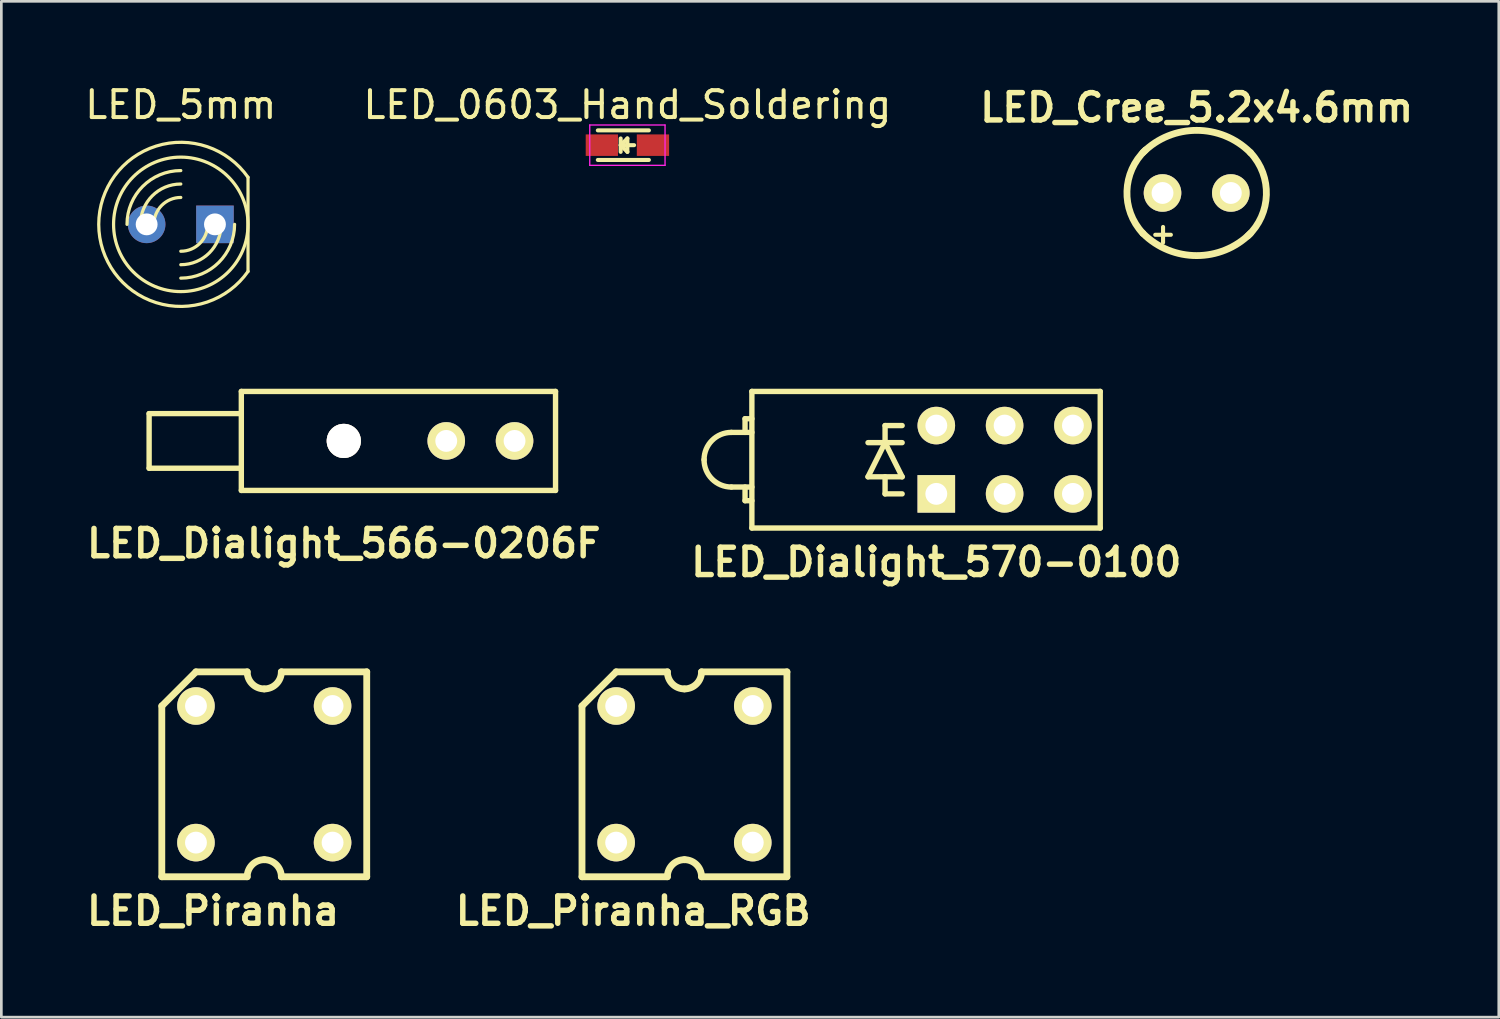
<source format=kicad_pcb>
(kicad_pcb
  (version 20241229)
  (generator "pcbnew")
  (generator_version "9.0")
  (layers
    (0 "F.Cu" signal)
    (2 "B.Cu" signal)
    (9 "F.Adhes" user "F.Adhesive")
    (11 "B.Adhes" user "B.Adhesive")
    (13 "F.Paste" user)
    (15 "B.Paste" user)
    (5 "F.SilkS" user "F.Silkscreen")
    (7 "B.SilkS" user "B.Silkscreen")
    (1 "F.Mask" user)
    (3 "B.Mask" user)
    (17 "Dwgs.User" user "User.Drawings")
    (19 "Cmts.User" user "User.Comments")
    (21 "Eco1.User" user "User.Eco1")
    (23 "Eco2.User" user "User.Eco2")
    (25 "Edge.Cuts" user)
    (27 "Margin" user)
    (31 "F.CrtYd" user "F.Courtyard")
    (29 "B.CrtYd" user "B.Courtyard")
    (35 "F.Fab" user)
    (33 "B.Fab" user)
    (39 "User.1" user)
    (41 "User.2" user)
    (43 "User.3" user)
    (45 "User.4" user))
  (footprint "LED_Cree_5.2x4.6mm"
    (layer "F.Cu")
    (at 41.449 4.126)
    (property "Reference" "LED_Cree_5.2x4.6mm" (at 0 -3.175 0) (layer "F.SilkS") (effects (font (size 1.016 1.016) (thickness 0.203))))
    (attr through_hole)
    (fp_arc (start -2 -1.5) (mid 0 -2.328427) (end 2 -1.5) (stroke (width 0.254) (type solid)) (layer "F.SilkS"))
    (fp_arc (start -2 1.5) (mid -2.592031 -0.070711) (end -1.9 -1.6) (stroke (width 0.254) (type solid)) (layer "F.SilkS"))
    (fp_arc (start 2 -1.5) (mid 2.592031 0.070711) (end 1.9 1.6) (stroke (width 0.254) (type solid)) (layer "F.SilkS"))
    (fp_arc (start 2 1.5) (mid 0 2.328427) (end -2 1.5) (stroke (width 0.254) (type solid)) (layer "F.SilkS"))
    (fp_text user "+" (at -1.25 1.5 0) (layer "F.SilkS") (effects (font (size 0.762 0.762) (thickness 0.152))))
    (pad "1" thru_hole circle (at 1.27 0) (size 1.397 1.397) (drill 0.813) (layers "*.Cu" "*.Mask" "F.SilkS"))
    (pad "2" thru_hole circle (at -1.27 0) (size 1.397 1.397) (drill 0.813) (layers "*.Cu" "*.Mask" "F.SilkS")))
  (footprint "LED_Dialight_566-0206F"
    (layer "F.Cu")
    (at 14.814 13.346)
    (property "Reference" "LED_Dialight_566-0206F" (at -5.08 3.81 0) (layer "F.SilkS") (effects (font (size 1.016 1.016) (thickness 0.203))))
    (attr through_hole)
    (fp_line (start -12.319 -1.016) (end -12.319 1.016) (stroke (width 0.2) (type solid)) (layer "F.SilkS"))
    (fp_line (start -12.319 1.016) (end -8.89 1.016) (stroke (width 0.2) (type solid)) (layer "F.SilkS"))
    (fp_line (start -8.89 -1.841) (end -8.89 1.841) (stroke (width 0.2) (type solid)) (layer "F.SilkS"))
    (fp_line (start -8.89 -1.841) (end 2.794 -1.841) (stroke (width 0.2) (type solid)) (layer "F.SilkS"))
    (fp_line (start -8.89 -1.016) (end -12.319 -1.016) (stroke (width 0.2) (type solid)) (layer "F.SilkS"))
    (fp_line (start 2.794 1.841) (end -8.89 1.841) (stroke (width 0.2) (type solid)) (layer "F.SilkS"))
    (fp_line (start 2.794 1.841) (end 2.794 -1.841) (stroke (width 0.2) (type solid)) (layer "F.SilkS"))
    (pad "1" thru_hole circle (at -1.27 0) (size 1.397 1.397) (drill 0.813) (layers "*.Cu" "*.Mask" "F.SilkS"))
    (pad "2" thru_hole circle (at 1.27 0) (size 1.397 1.397) (drill 0.813) (layers "*.Cu" "*.Mask" "F.SilkS"))
    (pad "~" thru_hole circle (at -5.08 0) (size 1.27 1.27) (drill 1.27) (layers "*.Cu" "*.Mask" "F.SilkS")))
  (footprint "LED_5mm"
    (layer "F.Cu")
    (at 3.673 5.293)
    (property "Reference" "LED_5mm" (at 0 -4.445 0) (layer "F.SilkS") (effects (font (size 1 1) (thickness 0.15))))
    (attr through_hole)
    (fp_line (start 2.5 1.75) (end 2.5 -1.75) (stroke (width 0.12) (type solid)) (layer "F.SilkS"))
    (fp_arc (start -2 0) (mid -1.414214 -1.414214) (end 0 -2) (stroke (width 0.12) (type solid)) (layer "F.SilkS"))
    (fp_arc (start -1.5 0) (mid -1.06066 -1.06066) (end 0 -1.5) (stroke (width 0.12) (type solid)) (layer "F.SilkS"))
    (fp_arc (start -1 0) (mid -0.707107 -0.707107) (end 0 -1) (stroke (width 0.12) (type solid)) (layer "F.SilkS"))
    (fp_arc (start 1 0) (mid 0.707107 0.707107) (end 0 1) (stroke (width 0.12) (type solid)) (layer "F.SilkS"))
    (fp_arc (start 1.5 0) (mid 1.06066 1.06066) (end 0 1.5) (stroke (width 0.12) (type solid)) (layer "F.SilkS"))
    (fp_arc (start 2 0) (mid 1.414214 1.414214) (end 0 2) (stroke (width 0.12) (type solid)) (layer "F.SilkS"))
    (fp_arc (start 2.499999 1.749999) (mid -3.051638 0) (end 2.499999 -1.749999) (stroke (width 0.12) (type solid)) (layer "F.SilkS"))
    (fp_circle (center 0 0) (end 0 -2.5) (stroke (width 0.12) (type solid)) (fill no) (layer "F.SilkS"))
    (pad "1" thru_hole rect (at 1.27 0) (size 1.397 1.397) (drill 0.813) (layers "*.Cu" "*.Mask"))
    (pad "2" thru_hole circle (at -1.27 0) (size 1.397 1.397) (drill 0.813) (layers "*.Cu" "*.Mask")))
  (footprint "LED_Piranha_RGB"
    (layer "F.Cu")
    (at 22.402 25.743)
    (property "Reference" "LED_Piranha_RGB" (at -1.905 5.08 0) (layer "F.SilkS") (effects (font (size 1.016 1.016) (thickness 0.203))))
    (attr through_hole)
    (fp_line (start -3.81 3.81) (end -3.81 -2.54) (stroke (width 0.254) (type solid)) (layer "F.SilkS"))
    (fp_line (start -3.81 3.81) (end -0.635 3.81) (stroke (width 0.254) (type solid)) (layer "F.SilkS"))
    (fp_line (start -2.54 -3.81) (end -3.81 -2.54) (stroke (width 0.254) (type solid)) (layer "F.SilkS"))
    (fp_line (start -2.54 -3.81) (end -0.635 -3.81) (stroke (width 0.254) (type solid)) (layer "F.SilkS"))
    (fp_line (start 0.635 3.81) (end 3.81 3.81) (stroke (width 0.254) (type solid)) (layer "F.SilkS"))
    (fp_line (start 3.81 -3.81) (end 0.635 -3.81) (stroke (width 0.254) (type solid)) (layer "F.SilkS"))
    (fp_line (start 3.81 3.81) (end 3.81 -3.81) (stroke (width 0.254) (type solid)) (layer "F.SilkS"))
    (fp_arc (start -0.635 3.81) (mid -0.449013 3.360987) (end 0 3.175) (stroke (width 0.254) (type solid)) (layer "F.SilkS"))
    (fp_arc (start 0 -3.175) (mid -0.449013 -3.360987) (end -0.635 -3.81) (stroke (width 0.254) (type solid)) (layer "F.SilkS"))
    (fp_arc (start 0 3.175) (mid 0.449013 3.360987) (end 0.635 3.81) (stroke (width 0.254) (type solid)) (layer "F.SilkS"))
    (fp_arc (start 0.635 -3.81) (mid 0.449013 -3.360987) (end 0 -3.175) (stroke (width 0.254) (type solid)) (layer "F.SilkS"))
    (pad "1" thru_hole circle (at 2.54 2.54) (size 1.397 1.397) (drill 0.813) (layers "*.Cu" "*.Mask" "F.SilkS"))
    (pad "2" thru_hole circle (at 2.54 -2.54) (size 1.397 1.397) (drill 0.813) (layers "*.Cu" "*.Mask" "F.SilkS"))
    (pad "3" thru_hole circle (at -2.54 -2.54) (size 1.397 1.397) (drill 0.813) (layers "*.Cu" "*.Mask" "F.SilkS"))
    (pad "4" thru_hole circle (at -2.54 2.54) (size 1.397 1.397) (drill 0.813) (layers "*.Cu" "*.Mask" "F.SilkS")))
  (footprint "LED_Piranha"
    (layer "F.Cu")
    (at 6.777 25.743)
    (property "Reference" "LED_Piranha" (at -1.905 5.08 0) (layer "F.SilkS") (effects (font (size 1.016 1.016) (thickness 0.203))))
    (attr through_hole)
    (fp_line (start -3.81 3.81) (end -3.81 -2.54) (stroke (width 0.254) (type solid)) (layer "F.SilkS"))
    (fp_line (start -3.81 3.81) (end -0.635 3.81) (stroke (width 0.254) (type solid)) (layer "F.SilkS"))
    (fp_line (start -2.54 -3.81) (end -3.81 -2.54) (stroke (width 0.254) (type solid)) (layer "F.SilkS"))
    (fp_line (start -2.54 -3.81) (end -0.635 -3.81) (stroke (width 0.254) (type solid)) (layer "F.SilkS"))
    (fp_line (start 0.635 3.81) (end 3.81 3.81) (stroke (width 0.254) (type solid)) (layer "F.SilkS"))
    (fp_line (start 3.81 -3.81) (end 0.635 -3.81) (stroke (width 0.254) (type solid)) (layer "F.SilkS"))
    (fp_line (start 3.81 3.81) (end 3.81 -3.81) (stroke (width 0.254) (type solid)) (layer "F.SilkS"))
    (fp_arc (start -0.635 3.81) (mid -0.449013 3.360987) (end 0 3.175) (stroke (width 0.254) (type solid)) (layer "F.SilkS"))
    (fp_arc (start 0 -3.175) (mid -0.449013 -3.360987) (end -0.635 -3.81) (stroke (width 0.254) (type solid)) (layer "F.SilkS"))
    (fp_arc (start 0 3.175) (mid 0.449013 3.360987) (end 0.635 3.81) (stroke (width 0.254) (type solid)) (layer "F.SilkS"))
    (fp_arc (start 0.635 -3.81) (mid 0.449013 -3.360987) (end 0 -3.175) (stroke (width 0.254) (type solid)) (layer "F.SilkS"))
    (pad "1" thru_hole circle (at -2.54 -2.54) (size 1.397 1.397) (drill 0.813) (layers "*.Cu" "*.Mask" "F.SilkS"))
    (pad "1" thru_hole circle (at 2.54 -2.54) (size 1.397 1.397) (drill 0.813) (layers "*.Cu" "*.Mask" "F.SilkS"))
    (pad "2" thru_hole circle (at -2.54 2.54) (size 1.397 1.397) (drill 0.813) (layers "*.Cu" "*.Mask" "F.SilkS"))
    (pad "2" thru_hole circle (at 2.54 2.54) (size 1.397 1.397) (drill 0.813) (layers "*.Cu" "*.Mask" "F.SilkS")))
  (footprint "LED_0603_Hand_Soldering"
    (layer "F.Cu")
    (at 20.28 2.348)
    (property "Reference" "LED_0603_Hand_Soldering" (at 0 -1.5 0) (layer "F.SilkS") (effects (font (size 1 1) (thickness 0.15))))
    (attr smd)
    (fp_line (start -1.1 -0.55) (end 0.8 -0.55) (stroke (width 0.15) (type solid)) (layer "F.SilkS"))
    (fp_line (start -1.1 0.55) (end 0.8 0.55) (stroke (width 0.15) (type solid)) (layer "F.SilkS"))
    (fp_line (start -0.25 -0.25) (end -0.25 0.25) (stroke (width 0.15) (type solid)) (layer "F.SilkS"))
    (fp_line (start -0.25 0) (end 0 -0.25) (stroke (width 0.15) (type solid)) (layer "F.SilkS"))
    (fp_line (start -0.2 0) (end 0.25 0) (stroke (width 0.15) (type solid)) (layer "F.SilkS"))
    (fp_line (start 0 -0.25) (end 0 0.25) (stroke (width 0.15) (type solid)) (layer "F.SilkS"))
    (fp_line (start 0 0.25) (end -0.25 0) (stroke (width 0.15) (type solid)) (layer "F.SilkS"))
    (fp_line (start -1.4 -0.75) (end 1.4 -0.75) (stroke (width 0.05) (type solid)) (layer "F.CrtYd"))
    (fp_line (start -1.4 0.75) (end -1.4 -0.75) (stroke (width 0.05) (type solid)) (layer "F.CrtYd"))
    (fp_line (start 1.4 -0.75) (end 1.4 0.75) (stroke (width 0.05) (type solid)) (layer "F.CrtYd"))
    (fp_line (start 1.4 0.75) (end -1.4 0.75) (stroke (width 0.05) (type solid)) (layer "F.CrtYd"))
    (pad "1" smd rect (at -0.95 0 180) (size 1.2 0.8) (layers "F.Cu" "F.Mask" "F.Paste"))
    (pad "2" smd rect (at 0.95 0 180) (size 1.2 0.8) (layers "F.Cu" "F.Mask" "F.Paste")))
  (footprint "LED_Dialight_570-0100"
    (layer "F.Cu")
    (at 31.767 14.045)
    (property "Reference" "LED_Dialight_570-0100" (at 0 3.81 0) (layer "F.SilkS") (effects (font (size 1.016 1.016) (thickness 0.203))))
    (attr through_hole)
    (fp_line (start -7.112 -1.524) (end -6.858 -1.524) (stroke (width 0.2) (type solid)) (layer "F.SilkS"))
    (fp_line (start -7.112 -1.016) (end -7.112 -1.524) (stroke (width 0.2) (type solid)) (layer "F.SilkS"))
    (fp_line (start -7.112 1.016) (end -7.112 1.524) (stroke (width 0.2) (type solid)) (layer "F.SilkS"))
    (fp_line (start -7.112 1.524) (end -6.858 1.524) (stroke (width 0.2) (type solid)) (layer "F.SilkS"))
    (fp_line (start -6.858 -2.54) (end -6.858 2.54) (stroke (width 0.2) (type solid)) (layer "F.SilkS"))
    (fp_line (start -6.858 -1.016) (end -7.62 -1.016) (stroke (width 0.2) (type solid)) (layer "F.SilkS"))
    (fp_line (start -6.858 1.016) (end -7.62 1.016) (stroke (width 0.2) (type solid)) (layer "F.SilkS"))
    (fp_line (start -6.858 2.54) (end 6.096 2.54) (stroke (width 0.2) (type solid)) (layer "F.SilkS"))
    (fp_line (start -2.54 -0.635) (end -1.27 -0.635) (stroke (width 0.2) (type solid)) (layer "F.SilkS"))
    (fp_line (start -2.54 0.635) (end -1.905 -0.635) (stroke (width 0.2) (type solid)) (layer "F.SilkS"))
    (fp_line (start -2.54 0.635) (end -1.27 0.635) (stroke (width 0.2) (type solid)) (layer "F.SilkS"))
    (fp_line (start -1.905 -1.27) (end -1.27 -1.27) (stroke (width 0.2) (type solid)) (layer "F.SilkS"))
    (fp_line (start -1.905 -0.635) (end -1.905 -1.27) (stroke (width 0.2) (type solid)) (layer "F.SilkS"))
    (fp_line (start -1.905 -0.635) (end -1.27 0.635) (stroke (width 0.2) (type solid)) (layer "F.SilkS"))
    (fp_line (start -1.905 0.635) (end -1.905 1.27) (stroke (width 0.2) (type solid)) (layer "F.SilkS"))
    (fp_line (start -1.905 1.27) (end -1.27 1.27) (stroke (width 0.2) (type solid)) (layer "F.SilkS"))
    (fp_line (start 6.096 -2.54) (end -6.858 -2.54) (stroke (width 0.2) (type solid)) (layer "F.SilkS"))
    (fp_line (start 6.096 2.54) (end 6.096 -2.54) (stroke (width 0.2) (type solid)) (layer "F.SilkS"))
    (fp_arc (start -8.636 0) (mid -8.33842 -0.71842) (end -7.62 -1.016) (stroke (width 0.2) (type solid)) (layer "F.SilkS"))
    (fp_arc (start -7.62 1.016) (mid -8.33842 0.71842) (end -8.636 0) (stroke (width 0.2) (type solid)) (layer "F.SilkS"))
    (pad "1" thru_hole rect (at 0 1.27) (size 1.397 1.397) (drill 0.813) (layers "*.Cu" "*.Mask" "F.SilkS"))
    (pad "2" thru_hole circle (at 0 -1.27) (size 1.397 1.397) (drill 0.813) (layers "*.Cu" "*.Mask" "F.SilkS"))
    (pad "3" thru_hole circle (at 2.54 1.27) (size 1.397 1.397) (drill 0.813) (layers "*.Cu" "*.Mask" "F.SilkS"))
    (pad "4" thru_hole circle (at 2.54 -1.27) (size 1.397 1.397) (drill 0.813) (layers "*.Cu" "*.Mask" "F.SilkS"))
    (pad "5" thru_hole circle (at 5.08 1.27) (size 1.397 1.397) (drill 0.813) (layers "*.Cu" "*.Mask" "F.SilkS"))
    (pad "6" thru_hole circle (at 5.08 -1.27) (size 1.397 1.397) (drill 0.813) (layers "*.Cu" "*.Mask" "F.SilkS")))
  (gr_rect
    (start -3 -3)
    (end 52.683 34.774)
    (stroke (width 0.1) (type default))
    (fill no)
    (layer "Edge.Cuts")))
</source>
